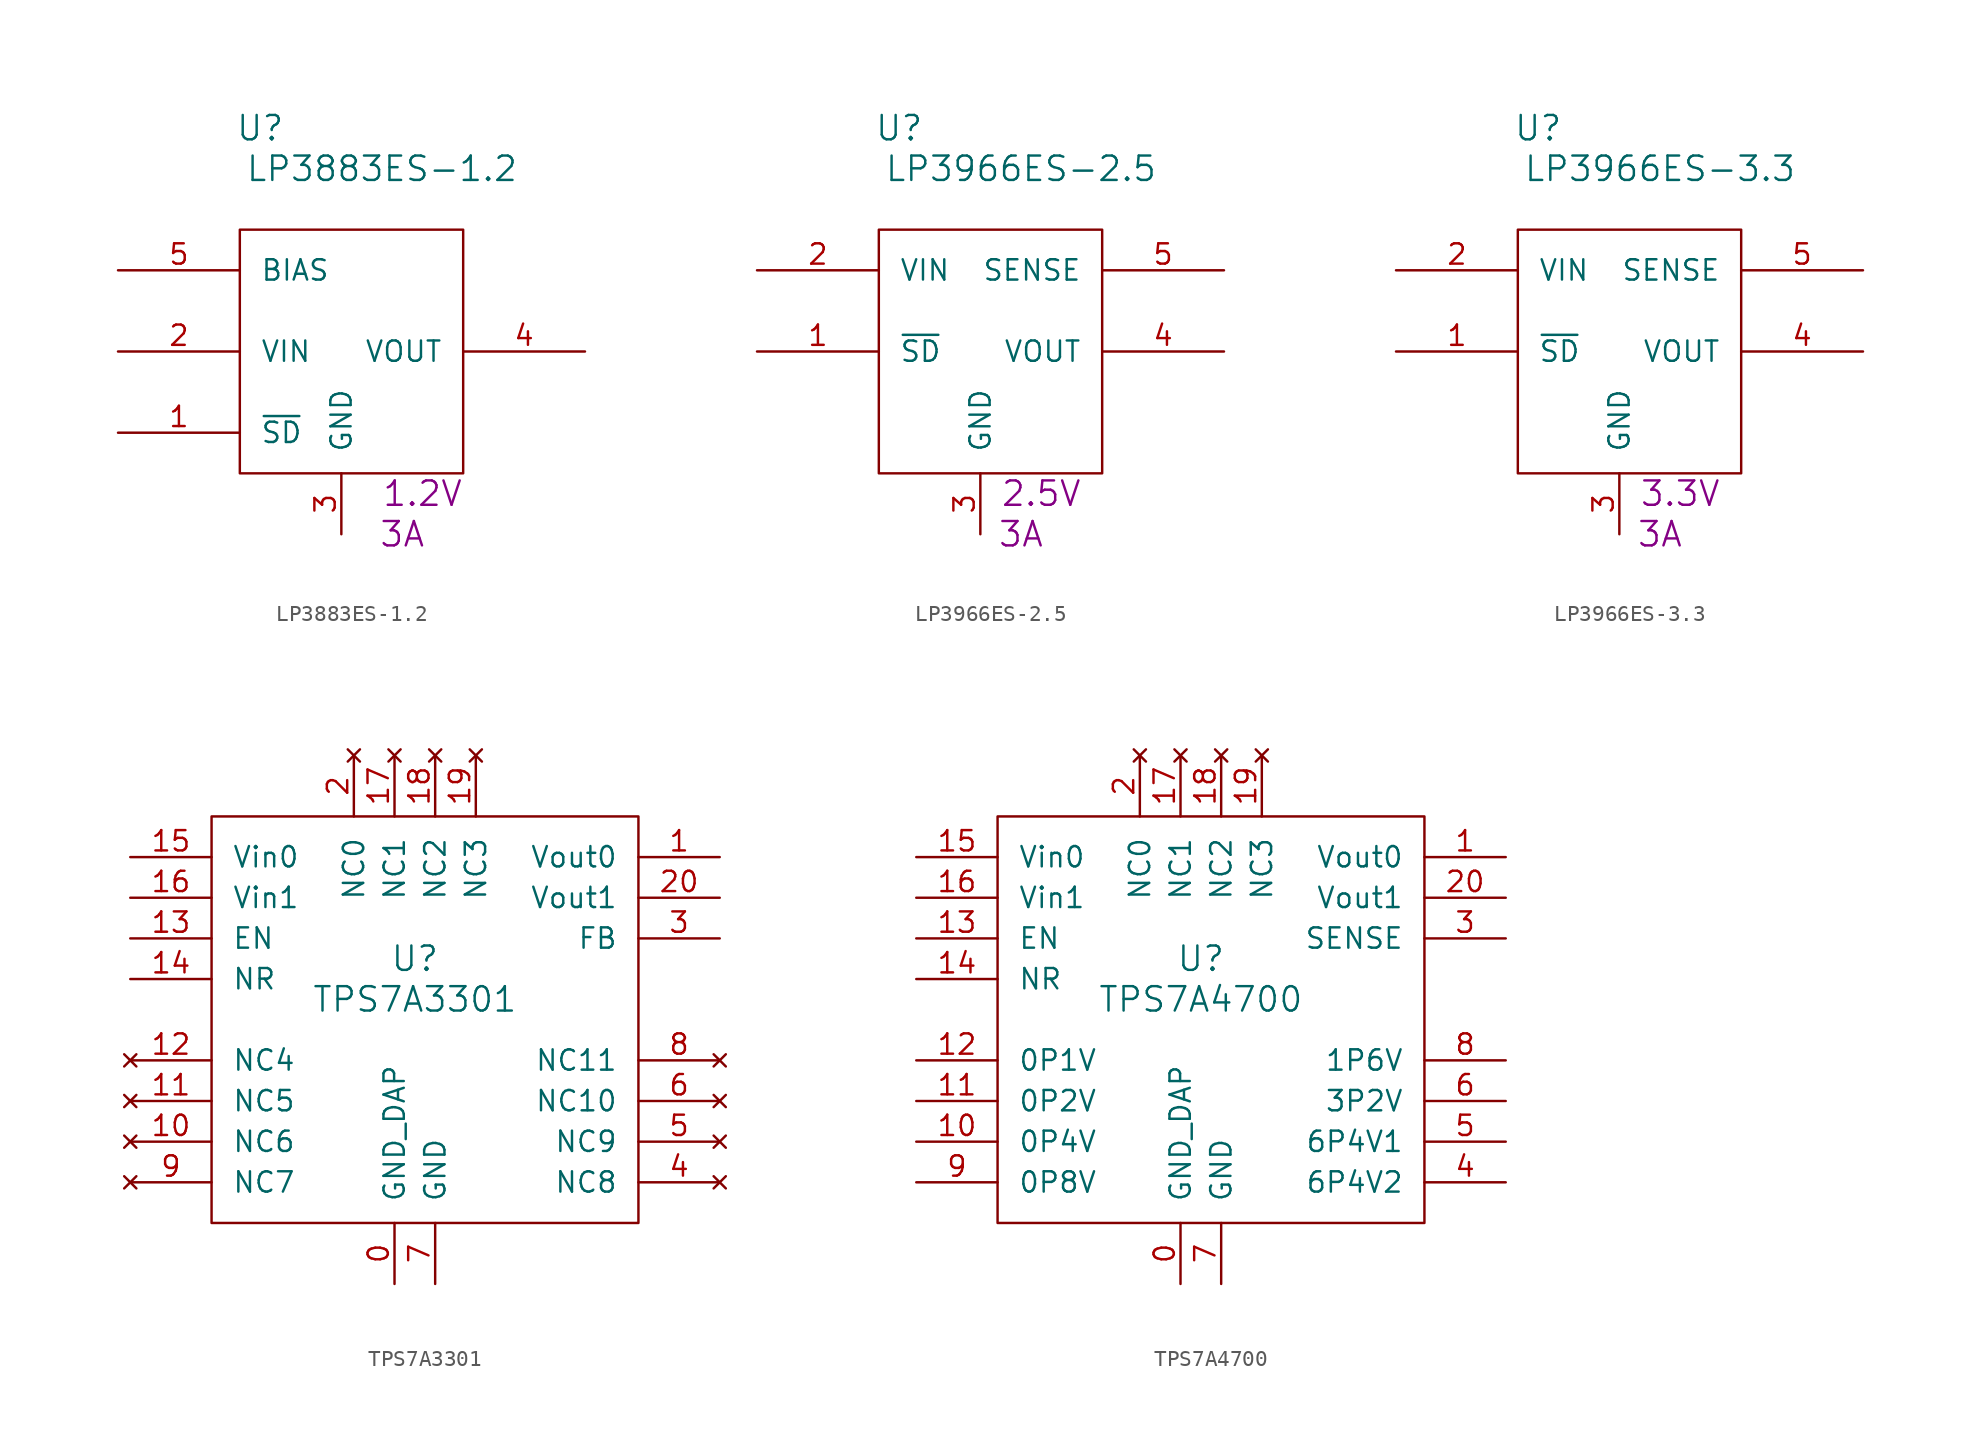
<source format=kicad_sym>
(kicad_symbol_lib
  (version 20211014)
  (generator kicad_symbol_editor)
  (symbol "LP3883ES-1.2"
    (pin_names
      (offset 1.27))
    (property "Reference" "U"
      (at 8.89 8.89 0)
      (effects (font (size 1.524 1.524))))
    (property "Value" "LP3883ES-1.2"
      (at 16.51 6.35 0)
      (effects (font (size 1.524 1.524))))
    (property "Datasheet" ""
      (at 0 0 0)
      (effects (font (size 1.524 1.524))))
    (property "Desc1" "1.2V"
      (at 19.05 -13.97 0)
      (effects (font (size 1.524 1.524))))
    (property "Desc2" "3A"
      (at 17.78 -16.51 0)
      (effects (font (size 1.524 1.524))))
    (symbol "LP3883ES-1.2_0_1"
      (rectangle (start 7.62 2.54) (end 21.59 -12.7) (stroke (width 0) (type default) (color 0 0 0 0)) (fill (type none))))
    (symbol "LP3883ES-1.2_1_1"
      (pin input line (at 0 -10.16 0) (length 7.62) (name "~{SD}" (effects (font (size 1.27 1.27)))) (number "1" (effects (font (size 1.27 1.27)))))
      (pin power_in line (at 0 -5.08 0) (length 7.62) (name "VIN" (effects (font (size 1.27 1.27)))) (number "2" (effects (font (size 1.27 1.27)))))
      (pin power_in line (at 13.97 -16.51 90) (length 3.81) (name "GND" (effects (font (size 1.27 1.27)))) (number "3" (effects (font (size 1.27 1.27)))))
      (pin power_out line (at 29.21 -5.08 180) (length 7.62) (name "VOUT" (effects (font (size 1.27 1.27)))) (number "4" (effects (font (size 1.27 1.27)))))
      (pin power_in line (at 0 0 0) (length 7.62) (name "BIAS" (effects (font (size 1.27 1.27)))) (number "5" (effects (font (size 1.27 1.27)))))))
  (symbol "LP3966ES-2.5"
    (pin_names
      (offset 1.27))
    (property "Reference" "U"
      (at 8.89 8.89 0)
      (effects (font (size 1.524 1.524))))
    (property "Value" "LP3966ES-2.5"
      (at 16.51 6.35 0)
      (effects (font (size 1.524 1.524))))
    (property "Datasheet" ""
      (at 0 0 0)
      (effects (font (size 1.524 1.524))))
    (property "Desc1" "2.5V"
      (at 17.78 -13.97 0)
      (effects (font (size 1.524 1.524))))
    (property "Desc2" "3A"
      (at 16.51 -16.51 0)
      (effects (font (size 1.524 1.524))))
    (symbol "LP3966ES-2.5_0_1"
      (rectangle (start 7.62 2.54) (end 21.59 -12.7) (stroke (width 0) (type default) (color 0 0 0 0)) (fill (type none))))
    (symbol "LP3966ES-2.5_1_1"
      (pin input line (at 0 -5.08 0) (length 7.62) (name "~{SD}" (effects (font (size 1.27 1.27)))) (number "1" (effects (font (size 1.27 1.27)))))
      (pin power_in line (at 0 0 0) (length 7.62) (name "VIN" (effects (font (size 1.27 1.27)))) (number "2" (effects (font (size 1.27 1.27)))))
      (pin power_in line (at 13.97 -16.51 90) (length 3.81) (name "GND" (effects (font (size 1.27 1.27)))) (number "3" (effects (font (size 1.27 1.27)))))
      (pin power_out line (at 29.21 -5.08 180) (length 7.62) (name "VOUT" (effects (font (size 1.27 1.27)))) (number "4" (effects (font (size 1.27 1.27)))))
      (pin power_in line (at 29.21 0 180) (length 7.62) (name "SENSE" (effects (font (size 1.27 1.27)))) (number "5" (effects (font (size 1.27 1.27)))))))
  (symbol "LP3966ES-3.3"
    (pin_names
      (offset 1.27))
    (property "Reference" "U"
      (at 8.89 8.89 0)
      (effects (font (size 1.524 1.524))))
    (property "Value" "LP3966ES-3.3"
      (at 16.51 6.35 0)
      (effects (font (size 1.524 1.524))))
    (property "Datasheet" ""
      (at 0 0 0)
      (effects (font (size 1.524 1.524))))
    (property "Desc1" "3.3V"
      (at 17.78 -13.97 0)
      (effects (font (size 1.524 1.524))))
    (property "Desc2" "3A"
      (at 16.51 -16.51 0)
      (effects (font (size 1.524 1.524))))
    (symbol "LP3966ES-3.3_0_1"
      (rectangle (start 7.62 2.54) (end 21.59 -12.7) (stroke (width 0) (type default) (color 0 0 0 0)) (fill (type none))))
    (symbol "LP3966ES-3.3_1_1"
      (pin input line (at 0 -5.08 0) (length 7.62) (name "~{SD}" (effects (font (size 1.27 1.27)))) (number "1" (effects (font (size 1.27 1.27)))))
      (pin power_in line (at 0 0 0) (length 7.62) (name "VIN" (effects (font (size 1.27 1.27)))) (number "2" (effects (font (size 1.27 1.27)))))
      (pin power_in line (at 13.97 -16.51 90) (length 3.81) (name "GND" (effects (font (size 1.27 1.27)))) (number "3" (effects (font (size 1.27 1.27)))))
      (pin power_out line (at 29.21 -5.08 180) (length 7.62) (name "VOUT" (effects (font (size 1.27 1.27)))) (number "4" (effects (font (size 1.27 1.27)))))
      (pin power_in line (at 29.21 0 180) (length 7.62) (name "SENSE" (effects (font (size 1.27 1.27)))) (number "5" (effects (font (size 1.27 1.27)))))))
  (symbol "TPS7A3301"
    (pin_names
      (offset 1.27))
    (property "Reference" "U"
      (at 17.78 -6.35 0)
      (effects (font (size 1.524 1.524))))
    (property "Value" "TPS7A3301"
      (at 17.78 -8.89 0)
      (effects (font (size 1.524 1.524))))
    (symbol "TPS7A3301_0_1"
      (rectangle (start 5.08 2.54) (end 31.75 -22.86) (stroke (width 0) (type default) (color 0 0 0 0)) (fill (type none))))
    (symbol "TPS7A3301_1_1"
      (pin power_in line (at 16.51 -26.67 90) (length 3.81) (name "GND_DAP" (effects (font (size 1.27 1.27)))) (number "0" (effects (font (size 1.27 1.27)))))
      (pin power_out line (at 36.83 0 180) (length 5.08) (name "Vout0" (effects (font (size 1.27 1.27)))) (number "1" (effects (font (size 1.27 1.27)))))
      (pin no_connect line (at 0 -17.78 0) (length 5.08) (name "NC6" (effects (font (size 1.27 1.27)))) (number "10" (effects (font (size 1.27 1.27)))))
      (pin no_connect line (at 0 -15.24 0) (length 5.08) (name "NC5" (effects (font (size 1.27 1.27)))) (number "11" (effects (font (size 1.27 1.27)))))
      (pin no_connect line (at 0 -12.7 0) (length 5.08) (name "NC4" (effects (font (size 1.27 1.27)))) (number "12" (effects (font (size 1.27 1.27)))))
      (pin input line (at 0 -5.08 0) (length 5.08) (name "EN" (effects (font (size 1.27 1.27)))) (number "13" (effects (font (size 1.27 1.27)))))
      (pin input line (at 0 -7.62 0) (length 5.08) (name "NR" (effects (font (size 1.27 1.27)))) (number "14" (effects (font (size 1.27 1.27)))))
      (pin power_in line (at 0 0 0) (length 5.08) (name "Vin0" (effects (font (size 1.27 1.27)))) (number "15" (effects (font (size 1.27 1.27)))))
      (pin power_in line (at 0 -2.54 0) (length 5.08) (name "Vin1" (effects (font (size 1.27 1.27)))) (number "16" (effects (font (size 1.27 1.27)))))
      (pin no_connect line (at 16.51 6.35 270) (length 3.81) (name "NC1" (effects (font (size 1.27 1.27)))) (number "17" (effects (font (size 1.27 1.27)))))
      (pin no_connect line (at 19.05 6.35 270) (length 3.81) (name "NC2" (effects (font (size 1.27 1.27)))) (number "18" (effects (font (size 1.27 1.27)))))
      (pin no_connect line (at 21.59 6.35 270) (length 3.81) (name "NC3" (effects (font (size 1.27 1.27)))) (number "19" (effects (font (size 1.27 1.27)))))
      (pin no_connect line (at 13.97 6.35 270) (length 3.81) (name "NC0" (effects (font (size 1.27 1.27)))) (number "2" (effects (font (size 1.27 1.27)))))
      (pin power_out line (at 36.83 -2.54 180) (length 5.08) (name "Vout1" (effects (font (size 1.27 1.27)))) (number "20" (effects (font (size 1.27 1.27)))))
      (pin power_in line (at 36.83 -5.08 180) (length 5.08) (name "FB" (effects (font (size 1.27 1.27)))) (number "3" (effects (font (size 1.27 1.27)))))
      (pin no_connect line (at 36.83 -20.32 180) (length 5.08) (name "NC8" (effects (font (size 1.27 1.27)))) (number "4" (effects (font (size 1.27 1.27)))))
      (pin no_connect line (at 36.83 -17.78 180) (length 5.08) (name "NC9" (effects (font (size 1.27 1.27)))) (number "5" (effects (font (size 1.27 1.27)))))
      (pin no_connect line (at 36.83 -15.24 180) (length 5.08) (name "NC10" (effects (font (size 1.27 1.27)))) (number "6" (effects (font (size 1.27 1.27)))))
      (pin power_in line (at 19.05 -26.67 90) (length 3.81) (name "GND" (effects (font (size 1.27 1.27)))) (number "7" (effects (font (size 1.27 1.27)))))
      (pin no_connect line (at 36.83 -12.7 180) (length 5.08) (name "NC11" (effects (font (size 1.27 1.27)))) (number "8" (effects (font (size 1.27 1.27)))))
      (pin no_connect line (at 0 -20.32 0) (length 5.08) (name "NC7" (effects (font (size 1.27 1.27)))) (number "9" (effects (font (size 1.27 1.27)))))))
  (symbol "TPS7A4700"
    (pin_names
      (offset 1.27))
    (property "Reference" "U"
      (at 17.78 -6.35 0)
      (effects (font (size 1.524 1.524))))
    (property "Value" "TPS7A4700"
      (at 17.78 -8.89 0)
      (effects (font (size 1.524 1.524))))
    (symbol "TPS7A4700_0_1"
      (rectangle (start 5.08 2.54) (end 31.75 -22.86) (stroke (width 0) (type default) (color 0 0 0 0)) (fill (type none))))
    (symbol "TPS7A4700_1_1"
      (pin power_in line (at 16.51 -26.67 90) (length 3.81) (name "GND_DAP" (effects (font (size 1.27 1.27)))) (number "0" (effects (font (size 1.27 1.27)))))
      (pin power_out line (at 36.83 0 180) (length 5.08) (name "Vout0" (effects (font (size 1.27 1.27)))) (number "1" (effects (font (size 1.27 1.27)))))
      (pin power_in line (at 0 -17.78 0) (length 5.08) (name "0P4V" (effects (font (size 1.27 1.27)))) (number "10" (effects (font (size 1.27 1.27)))))
      (pin power_in line (at 0 -15.24 0) (length 5.08) (name "0P2V" (effects (font (size 1.27 1.27)))) (number "11" (effects (font (size 1.27 1.27)))))
      (pin power_in line (at 0 -12.7 0) (length 5.08) (name "0P1V" (effects (font (size 1.27 1.27)))) (number "12" (effects (font (size 1.27 1.27)))))
      (pin input line (at 0 -5.08 0) (length 5.08) (name "EN" (effects (font (size 1.27 1.27)))) (number "13" (effects (font (size 1.27 1.27)))))
      (pin input line (at 0 -7.62 0) (length 5.08) (name "NR" (effects (font (size 1.27 1.27)))) (number "14" (effects (font (size 1.27 1.27)))))
      (pin power_in line (at 0 0 0) (length 5.08) (name "Vin0" (effects (font (size 1.27 1.27)))) (number "15" (effects (font (size 1.27 1.27)))))
      (pin power_in line (at 0 -2.54 0) (length 5.08) (name "Vin1" (effects (font (size 1.27 1.27)))) (number "16" (effects (font (size 1.27 1.27)))))
      (pin no_connect line (at 16.51 6.35 270) (length 3.81) (name "NC1" (effects (font (size 1.27 1.27)))) (number "17" (effects (font (size 1.27 1.27)))))
      (pin no_connect line (at 19.05 6.35 270) (length 3.81) (name "NC2" (effects (font (size 1.27 1.27)))) (number "18" (effects (font (size 1.27 1.27)))))
      (pin no_connect line (at 21.59 6.35 270) (length 3.81) (name "NC3" (effects (font (size 1.27 1.27)))) (number "19" (effects (font (size 1.27 1.27)))))
      (pin no_connect line (at 13.97 6.35 270) (length 3.81) (name "NC0" (effects (font (size 1.27 1.27)))) (number "2" (effects (font (size 1.27 1.27)))))
      (pin power_out line (at 36.83 -2.54 180) (length 5.08) (name "Vout1" (effects (font (size 1.27 1.27)))) (number "20" (effects (font (size 1.27 1.27)))))
      (pin power_in line (at 36.83 -5.08 180) (length 5.08) (name "SENSE" (effects (font (size 1.27 1.27)))) (number "3" (effects (font (size 1.27 1.27)))))
      (pin power_in line (at 36.83 -20.32 180) (length 5.08) (name "6P4V2" (effects (font (size 1.27 1.27)))) (number "4" (effects (font (size 1.27 1.27)))))
      (pin power_in line (at 36.83 -17.78 180) (length 5.08) (name "6P4V1" (effects (font (size 1.27 1.27)))) (number "5" (effects (font (size 1.27 1.27)))))
      (pin power_in line (at 36.83 -15.24 180) (length 5.08) (name "3P2V" (effects (font (size 1.27 1.27)))) (number "6" (effects (font (size 1.27 1.27)))))
      (pin power_in line (at 19.05 -26.67 90) (length 3.81) (name "GND" (effects (font (size 1.27 1.27)))) (number "7" (effects (font (size 1.27 1.27)))))
      (pin power_in line (at 36.83 -12.7 180) (length 5.08) (name "1P6V" (effects (font (size 1.27 1.27)))) (number "8" (effects (font (size 1.27 1.27)))))
      (pin power_in line (at 0 -20.32 0) (length 5.08) (name "0P8V" (effects (font (size 1.27 1.27)))) (number "9" (effects (font (size 1.27 1.27))))))))
</source>
